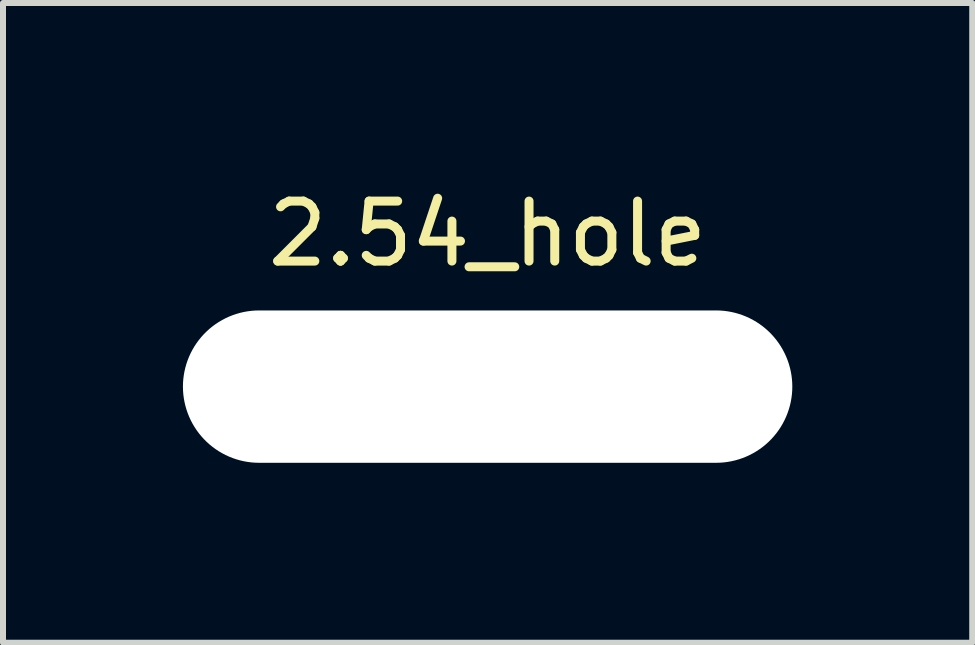
<source format=kicad_pcb>
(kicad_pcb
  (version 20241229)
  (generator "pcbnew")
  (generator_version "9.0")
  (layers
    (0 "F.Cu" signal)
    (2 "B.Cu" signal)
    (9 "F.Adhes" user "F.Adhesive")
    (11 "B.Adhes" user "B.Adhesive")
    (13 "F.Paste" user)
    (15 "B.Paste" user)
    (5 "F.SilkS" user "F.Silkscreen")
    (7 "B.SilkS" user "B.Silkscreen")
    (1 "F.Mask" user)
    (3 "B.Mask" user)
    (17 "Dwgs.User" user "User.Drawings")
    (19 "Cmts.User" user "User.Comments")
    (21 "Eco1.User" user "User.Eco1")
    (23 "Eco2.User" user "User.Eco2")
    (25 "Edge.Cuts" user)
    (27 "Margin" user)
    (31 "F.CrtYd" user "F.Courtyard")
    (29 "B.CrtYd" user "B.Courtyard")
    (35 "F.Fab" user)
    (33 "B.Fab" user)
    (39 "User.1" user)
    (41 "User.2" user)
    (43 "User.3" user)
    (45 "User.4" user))
  (footprint "2.54_hole"
    (layer "F.Cu")
    (at 5.08 0.348)
    (property "Reference" "2.54_hole" (at 0 0.5 0) (layer "F.SilkS") (effects (font (size 1 1) (thickness 0.15))))
    (attr through_hole)
    (pad "" np_thru_hole oval (at 0 3.048) (size 10.16 2.54) (drill oval 10.16 2.54) (layers "*.Cu" "*.Mask")))
  (gr_rect
    (start -3 -3)
    (end 13.16 7.666)
    (stroke (width 0.1) (type default))
    (fill no)
    (layer "Edge.Cuts")))
</source>
